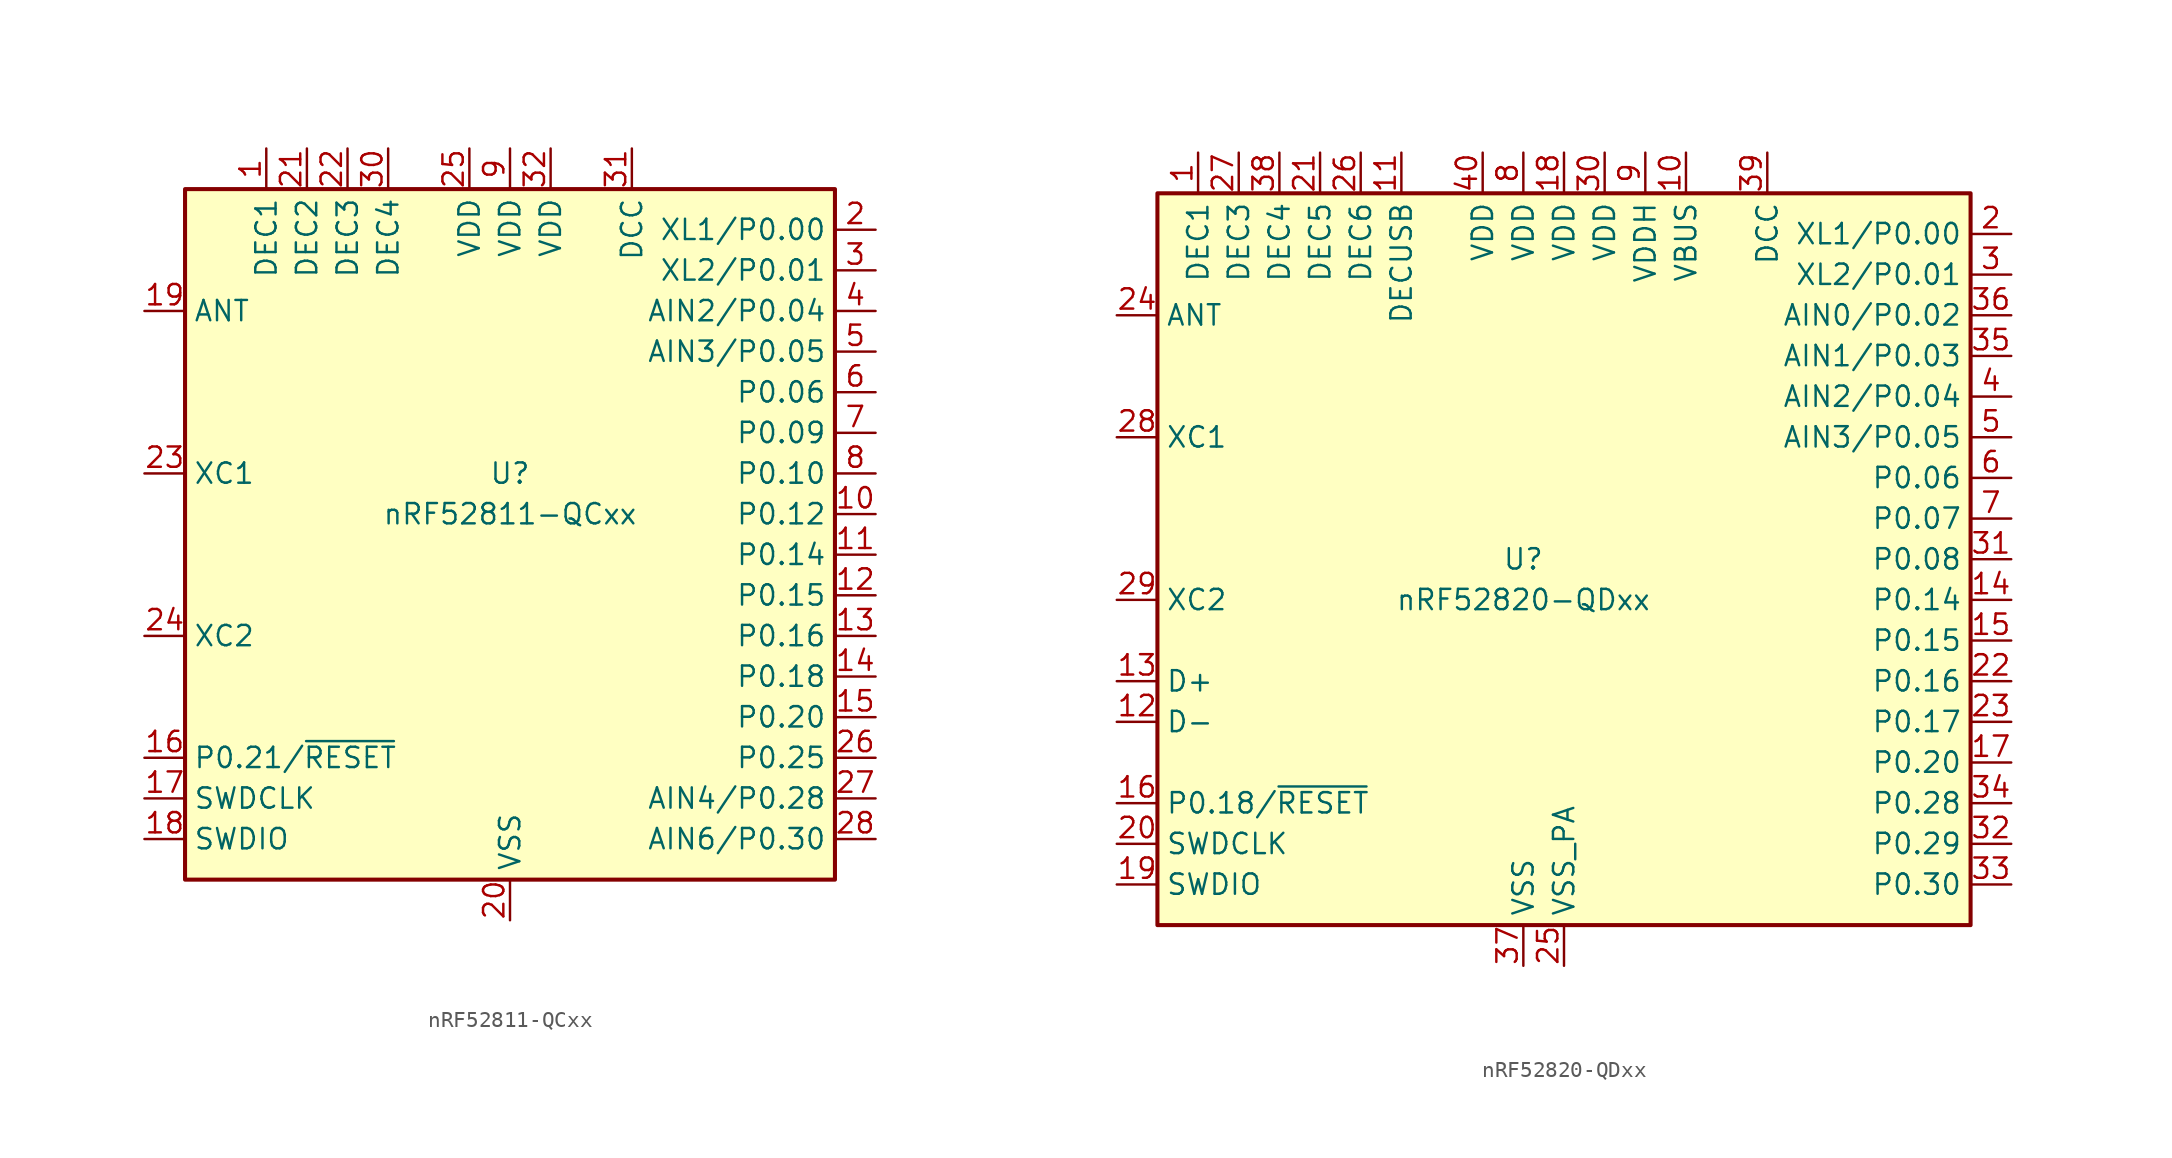
<source format=kicad_sym>
(kicad_symbol_lib
  (version 20201005)
  (generator kicad_symbol_editor)
  (symbol "nRF52811-QCxx"
    (property "Reference" "U"
      (at 0 5.08 0)
      (effects (font (size 1.27 1.27))))
    (property "Value" "nRF52811-QCxx"
      (at 0 2.54 0)
      (effects (font (size 1.27 1.27))))
    (symbol "nRF52811-QCxx_0_1"
      (rectangle (start -20.32 22.86) (end 20.32 -20.32) (stroke (width 0.254)) (fill (type background))))
    (symbol "nRF52811-QCxx_1_1"
      (pin passive line (at -15.24 25.4 270) (length 2.54) (name "DEC1" (effects (font (size 1.27 1.27)))) (number "1" (effects (font (size 1.27 1.27)))))
      (pin bidirectional line (at 22.86 2.54 180) (length 2.54) (name "P0.12" (effects (font (size 1.27 1.27)))) (number "10" (effects (font (size 1.27 1.27)))))
      (pin bidirectional line (at 22.86 0 180) (length 2.54) (name "P0.14" (effects (font (size 1.27 1.27)))) (number "11" (effects (font (size 1.27 1.27)))))
      (pin bidirectional line (at 22.86 -2.54 180) (length 2.54) (name "P0.15" (effects (font (size 1.27 1.27)))) (number "12" (effects (font (size 1.27 1.27)))))
      (pin bidirectional line (at 22.86 -5.08 180) (length 2.54) (name "P0.16" (effects (font (size 1.27 1.27)))) (number "13" (effects (font (size 1.27 1.27)))))
      (pin bidirectional line (at 22.86 -7.62 180) (length 2.54) (name "P0.18" (effects (font (size 1.27 1.27)))) (number "14" (effects (font (size 1.27 1.27)))))
      (pin bidirectional line (at 22.86 -10.16 180) (length 2.54) (name "P0.20" (effects (font (size 1.27 1.27)))) (number "15" (effects (font (size 1.27 1.27)))))
      (pin bidirectional line (at -22.86 -12.7 0) (length 2.54) (name "P0.21/~RESET" (effects (font (size 1.27 1.27)))) (number "16" (effects (font (size 1.27 1.27)))))
      (pin input line (at -22.86 -15.24 0) (length 2.54) (name "SWDCLK" (effects (font (size 1.27 1.27)))) (number "17" (effects (font (size 1.27 1.27)))))
      (pin bidirectional line (at -22.86 -17.78 0) (length 2.54) (name "SWDIO" (effects (font (size 1.27 1.27)))) (number "18" (effects (font (size 1.27 1.27)))))
      (pin passive line (at -22.86 15.24 0) (length 2.54) (name "ANT" (effects (font (size 1.27 1.27)))) (number "19" (effects (font (size 1.27 1.27)))))
      (pin bidirectional line (at 22.86 20.32 180) (length 2.54) (name "XL1/P0.00" (effects (font (size 1.27 1.27)))) (number "2" (effects (font (size 1.27 1.27)))))
      (pin power_in line (at 0 -22.86 90) (length 2.54) (name "VSS" (effects (font (size 1.27 1.27)))) (number "20" (effects (font (size 1.27 1.27)))))
      (pin passive line (at -12.7 25.4 270) (length 2.54) (name "DEC2" (effects (font (size 1.27 1.27)))) (number "21" (effects (font (size 1.27 1.27)))))
      (pin passive line (at -10.16 25.4 270) (length 2.54) (name "DEC3" (effects (font (size 1.27 1.27)))) (number "22" (effects (font (size 1.27 1.27)))))
      (pin input line (at -22.86 5.08 0) (length 2.54) (name "XC1" (effects (font (size 1.27 1.27)))) (number "23" (effects (font (size 1.27 1.27)))))
      (pin input line (at -22.86 -5.08 0) (length 2.54) (name "XC2" (effects (font (size 1.27 1.27)))) (number "24" (effects (font (size 1.27 1.27)))))
      (pin power_in line (at -2.54 25.4 270) (length 2.54) (name "VDD" (effects (font (size 1.27 1.27)))) (number "25" (effects (font (size 1.27 1.27)))))
      (pin bidirectional line (at 22.86 -12.7 180) (length 2.54) (name "P0.25" (effects (font (size 1.27 1.27)))) (number "26" (effects (font (size 1.27 1.27)))))
      (pin bidirectional line (at 22.86 -15.24 180) (length 2.54) (name "AIN4/P0.28" (effects (font (size 1.27 1.27)))) (number "27" (effects (font (size 1.27 1.27)))))
      (pin bidirectional line (at 22.86 -17.78 180) (length 2.54) (name "AIN6/P0.30" (effects (font (size 1.27 1.27)))) (number "28" (effects (font (size 1.27 1.27)))))
      (pin passive line (at 0 -22.86 90) (length 2.54) hide (name "VSS" (effects (font (size 1.27 1.27)))) (number "29" (effects (font (size 1.27 1.27)))))
      (pin bidirectional line (at 22.86 17.78 180) (length 2.54) (name "XL2/P0.01" (effects (font (size 1.27 1.27)))) (number "3" (effects (font (size 1.27 1.27)))))
      (pin passive line (at -7.62 25.4 270) (length 2.54) (name "DEC4" (effects (font (size 1.27 1.27)))) (number "30" (effects (font (size 1.27 1.27)))))
      (pin power_out line (at 7.62 25.4 270) (length 2.54) (name "DCC" (effects (font (size 1.27 1.27)))) (number "31" (effects (font (size 1.27 1.27)))))
      (pin power_in line (at 2.54 25.4 270) (length 2.54) (name "VDD" (effects (font (size 1.27 1.27)))) (number "32" (effects (font (size 1.27 1.27)))))
      (pin passive line (at 0 -22.86 90) (length 2.54) hide (name "VSS" (effects (font (size 1.27 1.27)))) (number "33" (effects (font (size 1.27 1.27)))))
      (pin bidirectional line (at 22.86 15.24 180) (length 2.54) (name "AIN2/P0.04" (effects (font (size 1.27 1.27)))) (number "4" (effects (font (size 1.27 1.27)))))
      (pin bidirectional line (at 22.86 12.7 180) (length 2.54) (name "AIN3/P0.05" (effects (font (size 1.27 1.27)))) (number "5" (effects (font (size 1.27 1.27)))))
      (pin bidirectional line (at 22.86 10.16 180) (length 2.54) (name "P0.06" (effects (font (size 1.27 1.27)))) (number "6" (effects (font (size 1.27 1.27)))))
      (pin bidirectional line (at 22.86 7.62 180) (length 2.54) (name "P0.09" (effects (font (size 1.27 1.27)))) (number "7" (effects (font (size 1.27 1.27)))))
      (pin bidirectional line (at 22.86 5.08 180) (length 2.54) (name "P0.10" (effects (font (size 1.27 1.27)))) (number "8" (effects (font (size 1.27 1.27)))))
      (pin power_in line (at 0 25.4 270) (length 2.54) (name "VDD" (effects (font (size 1.27 1.27)))) (number "9" (effects (font (size 1.27 1.27)))))))
  (symbol "nRF52820-QDxx"
    (property "Reference" "U"
      (at -2.54 0 0)
      (effects (font (size 1.27 1.27))))
    (property "Value" "nRF52820-QDxx"
      (at -2.54 -2.54 0)
      (effects (font (size 1.27 1.27))))
    (symbol "nRF52820-QDxx_0_1"
      (rectangle (start -25.4 22.86) (end 25.4 -22.86) (stroke (width 0.254)) (fill (type background))))
    (symbol "nRF52820-QDxx_1_1"
      (pin passive line (at -22.86 25.4 270) (length 2.54) (name "DEC1" (effects (font (size 1.27 1.27)))) (number "1" (effects (font (size 1.27 1.27)))))
      (pin power_in line (at 7.62 25.4 270) (length 2.54) (name "VBUS" (effects (font (size 1.27 1.27)))) (number "10" (effects (font (size 1.27 1.27)))))
      (pin passive line (at -10.16 25.4 270) (length 2.54) (name "DECUSB" (effects (font (size 1.27 1.27)))) (number "11" (effects (font (size 1.27 1.27)))))
      (pin bidirectional line (at -27.94 -10.16 0) (length 2.54) (name "D-" (effects (font (size 1.27 1.27)))) (number "12" (effects (font (size 1.27 1.27)))))
      (pin bidirectional line (at -27.94 -7.62 0) (length 2.54) (name "D+" (effects (font (size 1.27 1.27)))) (number "13" (effects (font (size 1.27 1.27)))))
      (pin bidirectional line (at 27.94 -2.54 180) (length 2.54) (name "P0.14" (effects (font (size 1.27 1.27)))) (number "14" (effects (font (size 1.27 1.27)))))
      (pin bidirectional line (at 27.94 -5.08 180) (length 2.54) (name "P0.15" (effects (font (size 1.27 1.27)))) (number "15" (effects (font (size 1.27 1.27)))))
      (pin bidirectional line (at -27.94 -15.24 0) (length 2.54) (name "P0.18/~RESET" (effects (font (size 1.27 1.27)))) (number "16" (effects (font (size 1.27 1.27)))))
      (pin bidirectional line (at 27.94 -12.7 180) (length 2.54) (name "P0.20" (effects (font (size 1.27 1.27)))) (number "17" (effects (font (size 1.27 1.27)))))
      (pin power_in line (at 0 25.4 270) (length 2.54) (name "VDD" (effects (font (size 1.27 1.27)))) (number "18" (effects (font (size 1.27 1.27)))))
      (pin bidirectional line (at -27.94 -20.32 0) (length 2.54) (name "SWDIO" (effects (font (size 1.27 1.27)))) (number "19" (effects (font (size 1.27 1.27)))))
      (pin bidirectional line (at 27.94 20.32 180) (length 2.54) (name "XL1/P0.00" (effects (font (size 1.27 1.27)))) (number "2" (effects (font (size 1.27 1.27)))))
      (pin input line (at -27.94 -17.78 0) (length 2.54) (name "SWDCLK" (effects (font (size 1.27 1.27)))) (number "20" (effects (font (size 1.27 1.27)))))
      (pin passive line (at -15.24 25.4 270) (length 2.54) (name "DEC5" (effects (font (size 1.27 1.27)))) (number "21" (effects (font (size 1.27 1.27)))))
      (pin bidirectional line (at 27.94 -7.62 180) (length 2.54) (name "P0.16" (effects (font (size 1.27 1.27)))) (number "22" (effects (font (size 1.27 1.27)))))
      (pin bidirectional line (at 27.94 -10.16 180) (length 2.54) (name "P0.17" (effects (font (size 1.27 1.27)))) (number "23" (effects (font (size 1.27 1.27)))))
      (pin passive line (at -27.94 15.24 0) (length 2.54) (name "ANT" (effects (font (size 1.27 1.27)))) (number "24" (effects (font (size 1.27 1.27)))))
      (pin power_in line (at 0 -25.4 90) (length 2.54) (name "VSS_PA" (effects (font (size 1.27 1.27)))) (number "25" (effects (font (size 1.27 1.27)))))
      (pin passive line (at -12.7 25.4 270) (length 2.54) (name "DEC6" (effects (font (size 1.27 1.27)))) (number "26" (effects (font (size 1.27 1.27)))))
      (pin passive line (at -20.32 25.4 270) (length 2.54) (name "DEC3" (effects (font (size 1.27 1.27)))) (number "27" (effects (font (size 1.27 1.27)))))
      (pin input line (at -27.94 7.62 0) (length 2.54) (name "XC1" (effects (font (size 1.27 1.27)))) (number "28" (effects (font (size 1.27 1.27)))))
      (pin input line (at -27.94 -2.54 0) (length 2.54) (name "XC2" (effects (font (size 1.27 1.27)))) (number "29" (effects (font (size 1.27 1.27)))))
      (pin bidirectional line (at 27.94 17.78 180) (length 2.54) (name "XL2/P0.01" (effects (font (size 1.27 1.27)))) (number "3" (effects (font (size 1.27 1.27)))))
      (pin power_in line (at 2.54 25.4 270) (length 2.54) (name "VDD" (effects (font (size 1.27 1.27)))) (number "30" (effects (font (size 1.27 1.27)))))
      (pin bidirectional line (at 27.94 0 180) (length 2.54) (name "P0.08" (effects (font (size 1.27 1.27)))) (number "31" (effects (font (size 1.27 1.27)))))
      (pin bidirectional line (at 27.94 -17.78 180) (length 2.54) (name "P0.29" (effects (font (size 1.27 1.27)))) (number "32" (effects (font (size 1.27 1.27)))))
      (pin bidirectional line (at 27.94 -20.32 180) (length 2.54) (name "P0.30" (effects (font (size 1.27 1.27)))) (number "33" (effects (font (size 1.27 1.27)))))
      (pin bidirectional line (at 27.94 -15.24 180) (length 2.54) (name "P0.28" (effects (font (size 1.27 1.27)))) (number "34" (effects (font (size 1.27 1.27)))))
      (pin bidirectional line (at 27.94 12.7 180) (length 2.54) (name "AIN1/P0.03" (effects (font (size 1.27 1.27)))) (number "35" (effects (font (size 1.27 1.27)))))
      (pin bidirectional line (at 27.94 15.24 180) (length 2.54) (name "AIN0/P0.02" (effects (font (size 1.27 1.27)))) (number "36" (effects (font (size 1.27 1.27)))))
      (pin power_in line (at -2.54 -25.4 90) (length 2.54) (name "VSS" (effects (font (size 1.27 1.27)))) (number "37" (effects (font (size 1.27 1.27)))))
      (pin passive line (at -17.78 25.4 270) (length 2.54) (name "DEC4" (effects (font (size 1.27 1.27)))) (number "38" (effects (font (size 1.27 1.27)))))
      (pin power_out line (at 12.7 25.4 270) (length 2.54) (name "DCC" (effects (font (size 1.27 1.27)))) (number "39" (effects (font (size 1.27 1.27)))))
      (pin bidirectional line (at 27.94 10.16 180) (length 2.54) (name "AIN2/P0.04" (effects (font (size 1.27 1.27)))) (number "4" (effects (font (size 1.27 1.27)))))
      (pin power_in line (at -5.08 25.4 270) (length 2.54) (name "VDD" (effects (font (size 1.27 1.27)))) (number "40" (effects (font (size 1.27 1.27)))))
      (pin passive line (at -2.54 -25.4 90) (length 2.54) hide (name "VSS" (effects (font (size 1.27 1.27)))) (number "41" (effects (font (size 1.27 1.27)))))
      (pin bidirectional line (at 27.94 7.62 180) (length 2.54) (name "AIN3/P0.05" (effects (font (size 1.27 1.27)))) (number "5" (effects (font (size 1.27 1.27)))))
      (pin bidirectional line (at 27.94 5.08 180) (length 2.54) (name "P0.06" (effects (font (size 1.27 1.27)))) (number "6" (effects (font (size 1.27 1.27)))))
      (pin bidirectional line (at 27.94 2.54 180) (length 2.54) (name "P0.07" (effects (font (size 1.27 1.27)))) (number "7" (effects (font (size 1.27 1.27)))))
      (pin power_in line (at -2.54 25.4 270) (length 2.54) (name "VDD" (effects (font (size 1.27 1.27)))) (number "8" (effects (font (size 1.27 1.27)))))
      (pin power_in line (at 5.08 25.4 270) (length 2.54) (name "VDDH" (effects (font (size 1.27 1.27)))) (number "9" (effects (font (size 1.27 1.27))))))))
</source>
